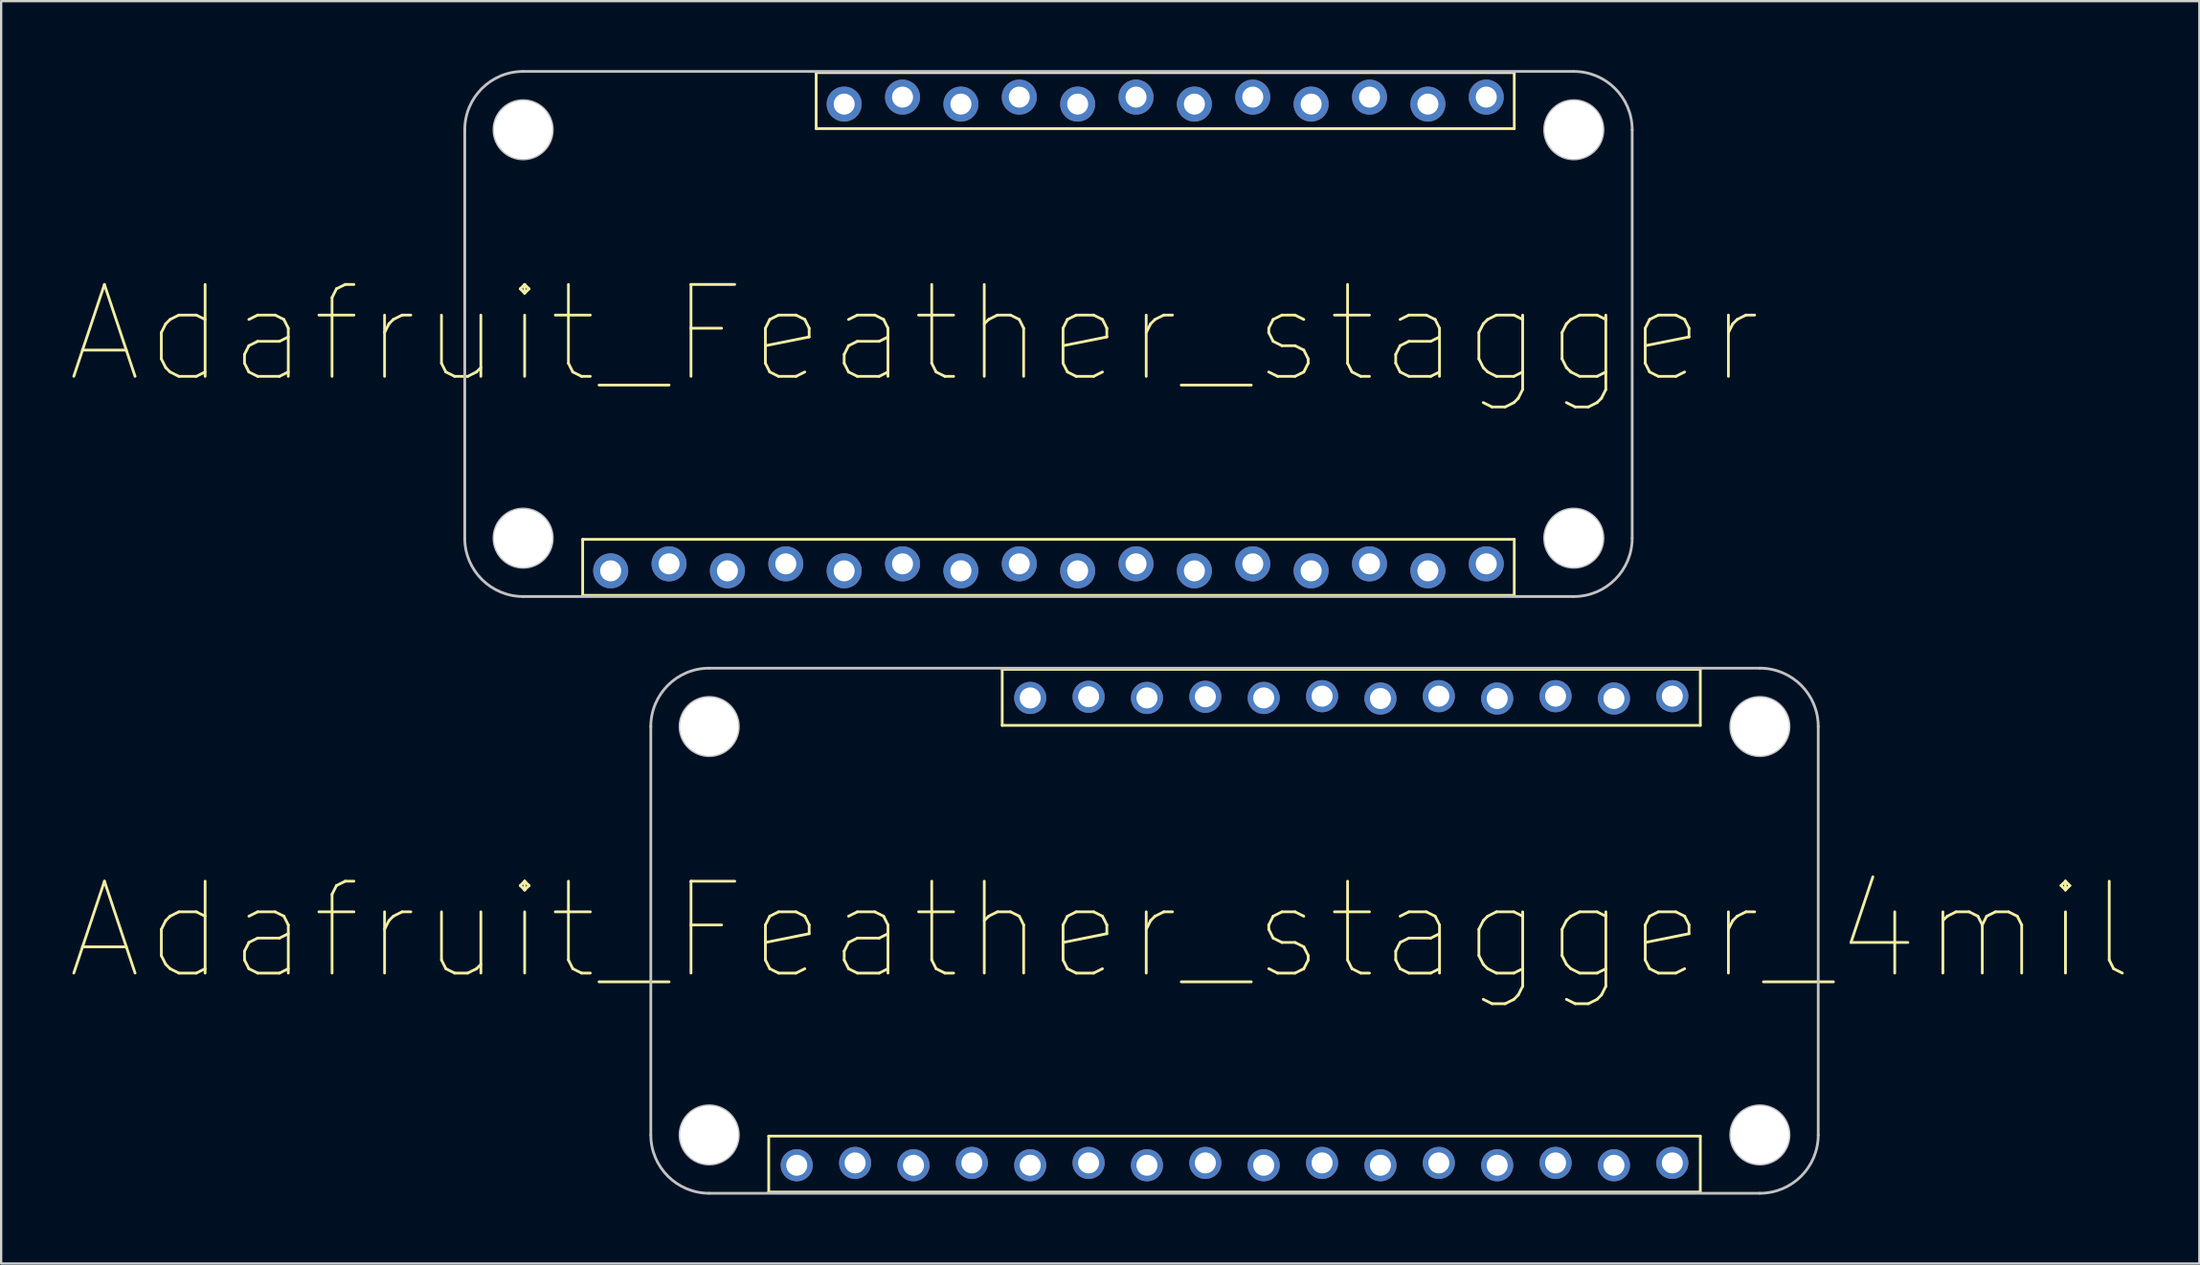
<source format=kicad_pcb>
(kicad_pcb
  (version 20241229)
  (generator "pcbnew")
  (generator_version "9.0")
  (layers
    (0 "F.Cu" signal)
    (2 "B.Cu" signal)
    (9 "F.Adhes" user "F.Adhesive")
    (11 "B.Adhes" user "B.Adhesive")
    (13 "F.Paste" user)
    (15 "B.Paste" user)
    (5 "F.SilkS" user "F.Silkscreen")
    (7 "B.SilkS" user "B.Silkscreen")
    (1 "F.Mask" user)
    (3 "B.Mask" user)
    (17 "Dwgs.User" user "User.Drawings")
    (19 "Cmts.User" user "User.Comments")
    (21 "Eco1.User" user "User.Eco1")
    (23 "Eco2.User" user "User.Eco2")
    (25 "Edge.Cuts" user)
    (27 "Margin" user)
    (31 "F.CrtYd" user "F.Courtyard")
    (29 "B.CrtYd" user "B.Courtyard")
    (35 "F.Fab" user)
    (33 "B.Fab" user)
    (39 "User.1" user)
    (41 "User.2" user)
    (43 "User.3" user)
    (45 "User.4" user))
  (footprint "Adafruit_Feather_stagger"
    (layer "F.Cu")
    (at 42.574 11.49)
    (property "Reference" "Adafruit_Feather_stagger" (at -5.842 0 0) (layer "F.SilkS") (effects (font (size 4 4) (thickness 0.12))))
    (attr through_hole)
    (fp_line (start -20.269 8.941) (end -20.269 11.379) (stroke (width 0.12) (type solid)) (layer "F.SilkS"))
    (fp_line (start -20.269 11.379) (end 20.269 11.379) (stroke (width 0.12) (type solid)) (layer "F.SilkS"))
    (fp_line (start -10.109 -11.379) (end -10.109 -8.941) (stroke (width 0.12) (type solid)) (layer "F.SilkS"))
    (fp_line (start -10.109 -8.941) (end 20.269 -8.941) (stroke (width 0.12) (type solid)) (layer "F.SilkS"))
    (fp_line (start 20.269 -11.379) (end -10.109 -11.379) (stroke (width 0.12) (type solid)) (layer "F.SilkS"))
    (fp_line (start 20.269 -8.941) (end 20.269 -11.379) (stroke (width 0.12) (type solid)) (layer "F.SilkS"))
    (fp_line (start 20.269 8.941) (end -20.269 8.941) (stroke (width 0.12) (type solid)) (layer "F.SilkS"))
    (fp_line (start 20.269 11.379) (end 20.269 8.941) (stroke (width 0.12) (type solid)) (layer "F.SilkS"))
    (fp_line (start -25.4 8.89) (end -25.4 -8.89) (stroke (width 0.12) (type solid)) (layer "Dwgs.User"))
    (fp_line (start -22.86 -11.43) (end 22.86 -11.43) (stroke (width 0.12) (type solid)) (layer "Dwgs.User"))
    (fp_line (start 22.86 11.43) (end -22.86 11.43) (stroke (width 0.12) (type solid)) (layer "Dwgs.User"))
    (fp_line (start 25.4 -8.89) (end 25.4 8.89) (stroke (width 0.12) (type solid)) (layer "Dwgs.User"))
    (fp_arc (start -25.4 -8.89) (mid -24.656051 -10.686051) (end -22.86 -11.43) (stroke (width 0.12) (type solid)) (layer "Dwgs.User"))
    (fp_arc (start -22.86 11.43) (mid -24.656051 10.686051) (end -25.4 8.89) (stroke (width 0.12) (type solid)) (layer "Dwgs.User"))
    (fp_arc (start 22.86 -11.43) (mid 24.656051 -10.686051) (end 25.4 -8.89) (stroke (width 0.12) (type solid)) (layer "Dwgs.User"))
    (fp_arc (start 25.4 8.89) (mid 24.656051 10.686051) (end 22.86 11.43) (stroke (width 0.12) (type solid)) (layer "Dwgs.User"))
    (fp_circle (center -22.86 -8.89) (end -21.59 -8.89) (stroke (width 0.12) (type solid)) (fill no) (layer "Dwgs.User"))
    (fp_circle (center -22.86 8.89) (end -21.59 8.89) (stroke (width 0.12) (type solid)) (fill no) (layer "Dwgs.User"))
    (fp_circle (center 22.86 -8.89) (end 24.13 -8.89) (stroke (width 0.12) (type solid)) (fill no) (layer "Dwgs.User"))
    (fp_circle (center 22.86 8.89) (end 24.13 8.89) (stroke (width 0.12) (type solid)) (fill no) (layer "Dwgs.User"))
    (pad "" np_thru_hole circle (at -22.86 -8.89) (size 2.54 2.54) (drill 2.54) (layers "*.Cu" "*.Mask"))
    (pad "" np_thru_hole circle (at -22.86 8.89) (size 2.54 2.54) (drill 2.54) (layers "*.Cu" "*.Mask"))
    (pad "" np_thru_hole circle (at 22.86 -8.89) (size 2.54 2.54) (drill 2.54) (layers "*.Cu" "*.Mask"))
    (pad "" np_thru_hole circle (at 22.86 8.89) (size 2.54 2.54) (drill 2.54) (layers "*.Cu" "*.Mask"))
    (pad "1" thru_hole circle (at -19.05 10.312) (size 1.524 1.524) (drill 0.914) (layers "*.Cu" "*.Mask"))
    (pad "2" thru_hole circle (at -16.51 10.008) (size 1.524 1.524) (drill 0.914) (layers "*.Cu" "*.Mask"))
    (pad "3" thru_hole circle (at -13.97 10.312) (size 1.524 1.524) (drill 0.914) (layers "*.Cu" "*.Mask"))
    (pad "4" thru_hole circle (at -11.43 10.008) (size 1.524 1.524) (drill 0.914) (layers "*.Cu" "*.Mask"))
    (pad "5" thru_hole circle (at -8.89 10.312) (size 1.524 1.524) (drill 0.914) (layers "*.Cu" "*.Mask"))
    (pad "6" thru_hole circle (at -6.35 10.008) (size 1.524 1.524) (drill 0.914) (layers "*.Cu" "*.Mask"))
    (pad "7" thru_hole circle (at -3.81 10.312) (size 1.524 1.524) (drill 0.914) (layers "*.Cu" "*.Mask"))
    (pad "8" thru_hole circle (at -1.27 10.008) (size 1.524 1.524) (drill 0.914) (layers "*.Cu" "*.Mask"))
    (pad "9" thru_hole circle (at 1.27 10.312) (size 1.524 1.524) (drill 0.914) (layers "*.Cu" "*.Mask"))
    (pad "10" thru_hole circle (at 3.81 10.008) (size 1.524 1.524) (drill 0.914) (layers "*.Cu" "*.Mask"))
    (pad "11" thru_hole circle (at 6.35 10.312) (size 1.524 1.524) (drill 0.914) (layers "*.Cu" "*.Mask"))
    (pad "12" thru_hole circle (at 8.89 10.008) (size 1.524 1.524) (drill 0.914) (layers "*.Cu" "*.Mask"))
    (pad "13" thru_hole circle (at 11.43 10.312) (size 1.524 1.524) (drill 0.914) (layers "*.Cu" "*.Mask"))
    (pad "14" thru_hole circle (at 13.97 10.008) (size 1.524 1.524) (drill 0.914) (layers "*.Cu" "*.Mask"))
    (pad "15" thru_hole circle (at 16.51 10.312) (size 1.524 1.524) (drill 0.914) (layers "*.Cu" "*.Mask"))
    (pad "16" thru_hole circle (at 19.05 10.008) (size 1.524 1.524) (drill 0.914) (layers "*.Cu" "*.Mask"))
    (pad "17" thru_hole circle (at 19.05 -10.312) (size 1.524 1.524) (drill 0.914) (layers "*.Cu" "*.Mask"))
    (pad "18" thru_hole circle (at 16.51 -10.008) (size 1.524 1.524) (drill 0.914) (layers "*.Cu" "*.Mask"))
    (pad "19" thru_hole circle (at 13.97 -10.312) (size 1.524 1.524) (drill 0.914) (layers "*.Cu" "*.Mask"))
    (pad "20" thru_hole circle (at 11.43 -10.008) (size 1.524 1.524) (drill 0.914) (layers "*.Cu" "*.Mask"))
    (pad "21" thru_hole circle (at 8.89 -10.312) (size 1.524 1.524) (drill 0.914) (layers "*.Cu" "*.Mask"))
    (pad "22" thru_hole circle (at 6.35 -10.008) (size 1.524 1.524) (drill 0.914) (layers "*.Cu" "*.Mask"))
    (pad "23" thru_hole circle (at 3.81 -10.312) (size 1.524 1.524) (drill 0.914) (layers "*.Cu" "*.Mask"))
    (pad "24" thru_hole circle (at 1.27 -10.008) (size 1.524 1.524) (drill 0.914) (layers "*.Cu" "*.Mask"))
    (pad "25" thru_hole circle (at -1.27 -10.312) (size 1.524 1.524) (drill 0.914) (layers "*.Cu" "*.Mask"))
    (pad "26" thru_hole circle (at -3.81 -10.008) (size 1.524 1.524) (drill 0.914) (layers "*.Cu" "*.Mask"))
    (pad "27" thru_hole circle (at -6.35 -10.312) (size 1.524 1.524) (drill 0.914) (layers "*.Cu" "*.Mask"))
    (pad "28" thru_hole circle (at -8.89 -10.008) (size 1.524 1.524) (drill 0.914) (layers "*.Cu" "*.Mask")))
  (footprint "Adafruit_Feather_stagger_4mil"
    (layer "F.Cu")
    (at 50.67 37.47)
    (property "Reference" "Adafruit_Feather_stagger_4mil" (at -5.842 0 0) (layer "F.SilkS") (effects (font (size 4 4) (thickness 0.12))))
    (attr through_hole)
    (fp_line (start -20.269 8.941) (end -20.269 11.379) (stroke (width 0.12) (type solid)) (layer "F.SilkS"))
    (fp_line (start -20.269 11.379) (end 20.269 11.379) (stroke (width 0.12) (type solid)) (layer "F.SilkS"))
    (fp_line (start -10.109 -11.379) (end -10.109 -8.941) (stroke (width 0.12) (type solid)) (layer "F.SilkS"))
    (fp_line (start -10.109 -8.941) (end 20.269 -8.941) (stroke (width 0.12) (type solid)) (layer "F.SilkS"))
    (fp_line (start 20.269 -11.379) (end -10.109 -11.379) (stroke (width 0.12) (type solid)) (layer "F.SilkS"))
    (fp_line (start 20.269 -8.941) (end 20.269 -11.379) (stroke (width 0.12) (type solid)) (layer "F.SilkS"))
    (fp_line (start 20.269 8.941) (end -20.269 8.941) (stroke (width 0.12) (type solid)) (layer "F.SilkS"))
    (fp_line (start 20.269 11.379) (end 20.269 8.941) (stroke (width 0.12) (type solid)) (layer "F.SilkS"))
    (fp_line (start -25.4 8.89) (end -25.4 -8.89) (stroke (width 0.12) (type solid)) (layer "Dwgs.User"))
    (fp_line (start -22.86 -11.43) (end 22.86 -11.43) (stroke (width 0.12) (type solid)) (layer "Dwgs.User"))
    (fp_line (start 22.86 11.43) (end -22.86 11.43) (stroke (width 0.12) (type solid)) (layer "Dwgs.User"))
    (fp_line (start 25.4 -8.89) (end 25.4 8.89) (stroke (width 0.12) (type solid)) (layer "Dwgs.User"))
    (fp_arc (start -25.4 -8.89) (mid -24.656051 -10.686051) (end -22.86 -11.43) (stroke (width 0.12) (type solid)) (layer "Dwgs.User"))
    (fp_arc (start -22.86 11.43) (mid -24.656051 10.686051) (end -25.4 8.89) (stroke (width 0.12) (type solid)) (layer "Dwgs.User"))
    (fp_arc (start 22.86 -11.43) (mid 24.656051 -10.686051) (end 25.4 -8.89) (stroke (width 0.12) (type solid)) (layer "Dwgs.User"))
    (fp_arc (start 25.4 8.89) (mid 24.656051 10.686051) (end 22.86 11.43) (stroke (width 0.12) (type solid)) (layer "Dwgs.User"))
    (fp_circle (center -22.86 -8.89) (end -21.59 -8.89) (stroke (width 0.12) (type solid)) (fill no) (layer "Dwgs.User"))
    (fp_circle (center -22.86 8.89) (end -21.59 8.89) (stroke (width 0.12) (type solid)) (fill no) (layer "Dwgs.User"))
    (fp_circle (center 22.86 -8.89) (end 24.13 -8.89) (stroke (width 0.12) (type solid)) (fill no) (layer "Dwgs.User"))
    (fp_circle (center 22.86 8.89) (end 24.13 8.89) (stroke (width 0.12) (type solid)) (fill no) (layer "Dwgs.User"))
    (pad "" np_thru_hole circle (at -22.86 -8.89) (size 2.54 2.54) (drill 2.54) (layers "*.Cu" "*.Mask"))
    (pad "" np_thru_hole circle (at -22.86 8.89) (size 2.54 2.54) (drill 2.54) (layers "*.Cu" "*.Mask"))
    (pad "" np_thru_hole circle (at 22.86 -8.89) (size 2.54 2.54) (drill 2.54) (layers "*.Cu" "*.Mask"))
    (pad "" np_thru_hole circle (at 22.86 8.89) (size 2.54 2.54) (drill 2.54) (layers "*.Cu" "*.Mask"))
    (pad "1" thru_hole circle (at -19.05 10.211) (size 1.397 1.397) (drill 0.914) (layers "*.Cu" "*.Mask"))
    (pad "2" thru_hole circle (at -16.51 10.109) (size 1.397 1.397) (drill 0.914) (layers "*.Cu" "*.Mask"))
    (pad "3" thru_hole circle (at -13.97 10.211) (size 1.397 1.397) (drill 0.914) (layers "*.Cu" "*.Mask"))
    (pad "4" thru_hole circle (at -11.43 10.109) (size 1.397 1.397) (drill 0.914) (layers "*.Cu" "*.Mask"))
    (pad "5" thru_hole circle (at -8.89 10.211) (size 1.397 1.397) (drill 0.914) (layers "*.Cu" "*.Mask"))
    (pad "6" thru_hole circle (at -6.35 10.109) (size 1.397 1.397) (drill 0.914) (layers "*.Cu" "*.Mask"))
    (pad "7" thru_hole circle (at -3.81 10.211) (size 1.397 1.397) (drill 0.914) (layers "*.Cu" "*.Mask"))
    (pad "8" thru_hole circle (at -1.27 10.109) (size 1.397 1.397) (drill 0.914) (layers "*.Cu" "*.Mask"))
    (pad "9" thru_hole circle (at 1.27 10.211) (size 1.397 1.397) (drill 0.914) (layers "*.Cu" "*.Mask"))
    (pad "10" thru_hole circle (at 3.81 10.109) (size 1.397 1.397) (drill 0.914) (layers "*.Cu" "*.Mask"))
    (pad "11" thru_hole circle (at 6.35 10.211) (size 1.397 1.397) (drill 0.914) (layers "*.Cu" "*.Mask"))
    (pad "12" thru_hole circle (at 8.89 10.109) (size 1.397 1.397) (drill 0.914) (layers "*.Cu" "*.Mask"))
    (pad "13" thru_hole circle (at 11.43 10.211) (size 1.397 1.397) (drill 0.914) (layers "*.Cu" "*.Mask"))
    (pad "14" thru_hole circle (at 13.97 10.109) (size 1.397 1.397) (drill 0.914) (layers "*.Cu" "*.Mask"))
    (pad "15" thru_hole circle (at 16.51 10.211) (size 1.397 1.397) (drill 0.914) (layers "*.Cu" "*.Mask"))
    (pad "16" thru_hole circle (at 19.05 10.109) (size 1.397 1.397) (drill 0.914) (layers "*.Cu" "*.Mask"))
    (pad "17" thru_hole circle (at 19.05 -10.211) (size 1.397 1.397) (drill 0.914) (layers "*.Cu" "*.Mask"))
    (pad "18" thru_hole circle (at 16.51 -10.109) (size 1.397 1.397) (drill 0.914) (layers "*.Cu" "*.Mask"))
    (pad "19" thru_hole circle (at 13.97 -10.211) (size 1.397 1.397) (drill 0.914) (layers "*.Cu" "*.Mask"))
    (pad "20" thru_hole circle (at 11.43 -10.109) (size 1.397 1.397) (drill 0.914) (layers "*.Cu" "*.Mask"))
    (pad "21" thru_hole circle (at 8.89 -10.211) (size 1.397 1.397) (drill 0.914) (layers "*.Cu" "*.Mask"))
    (pad "22" thru_hole circle (at 6.35 -10.109) (size 1.397 1.397) (drill 0.914) (layers "*.Cu" "*.Mask"))
    (pad "23" thru_hole circle (at 3.81 -10.211) (size 1.397 1.397) (drill 0.914) (layers "*.Cu" "*.Mask"))
    (pad "24" thru_hole circle (at 1.27 -10.135) (size 1.397 1.397) (drill 0.914) (layers "*.Cu" "*.Mask"))
    (pad "25" thru_hole circle (at -1.27 -10.185) (size 1.397 1.397) (drill 0.914) (layers "*.Cu" "*.Mask"))
    (pad "26" thru_hole circle (at -3.81 -10.135) (size 1.397 1.397) (drill 0.914) (layers "*.Cu" "*.Mask"))
    (pad "27" thru_hole circle (at -6.35 -10.185) (size 1.397 1.397) (drill 0.914) (layers "*.Cu" "*.Mask"))
    (pad "28" thru_hole circle (at -8.89 -10.135) (size 1.397 1.397) (drill 0.914) (layers "*.Cu" "*.Mask")))
  (gr_rect
    (start -3 -3)
    (end 92.655 51.96)
    (stroke (width 0.1) (type default))
    (fill no)
    (layer "Edge.Cuts")))
</source>
